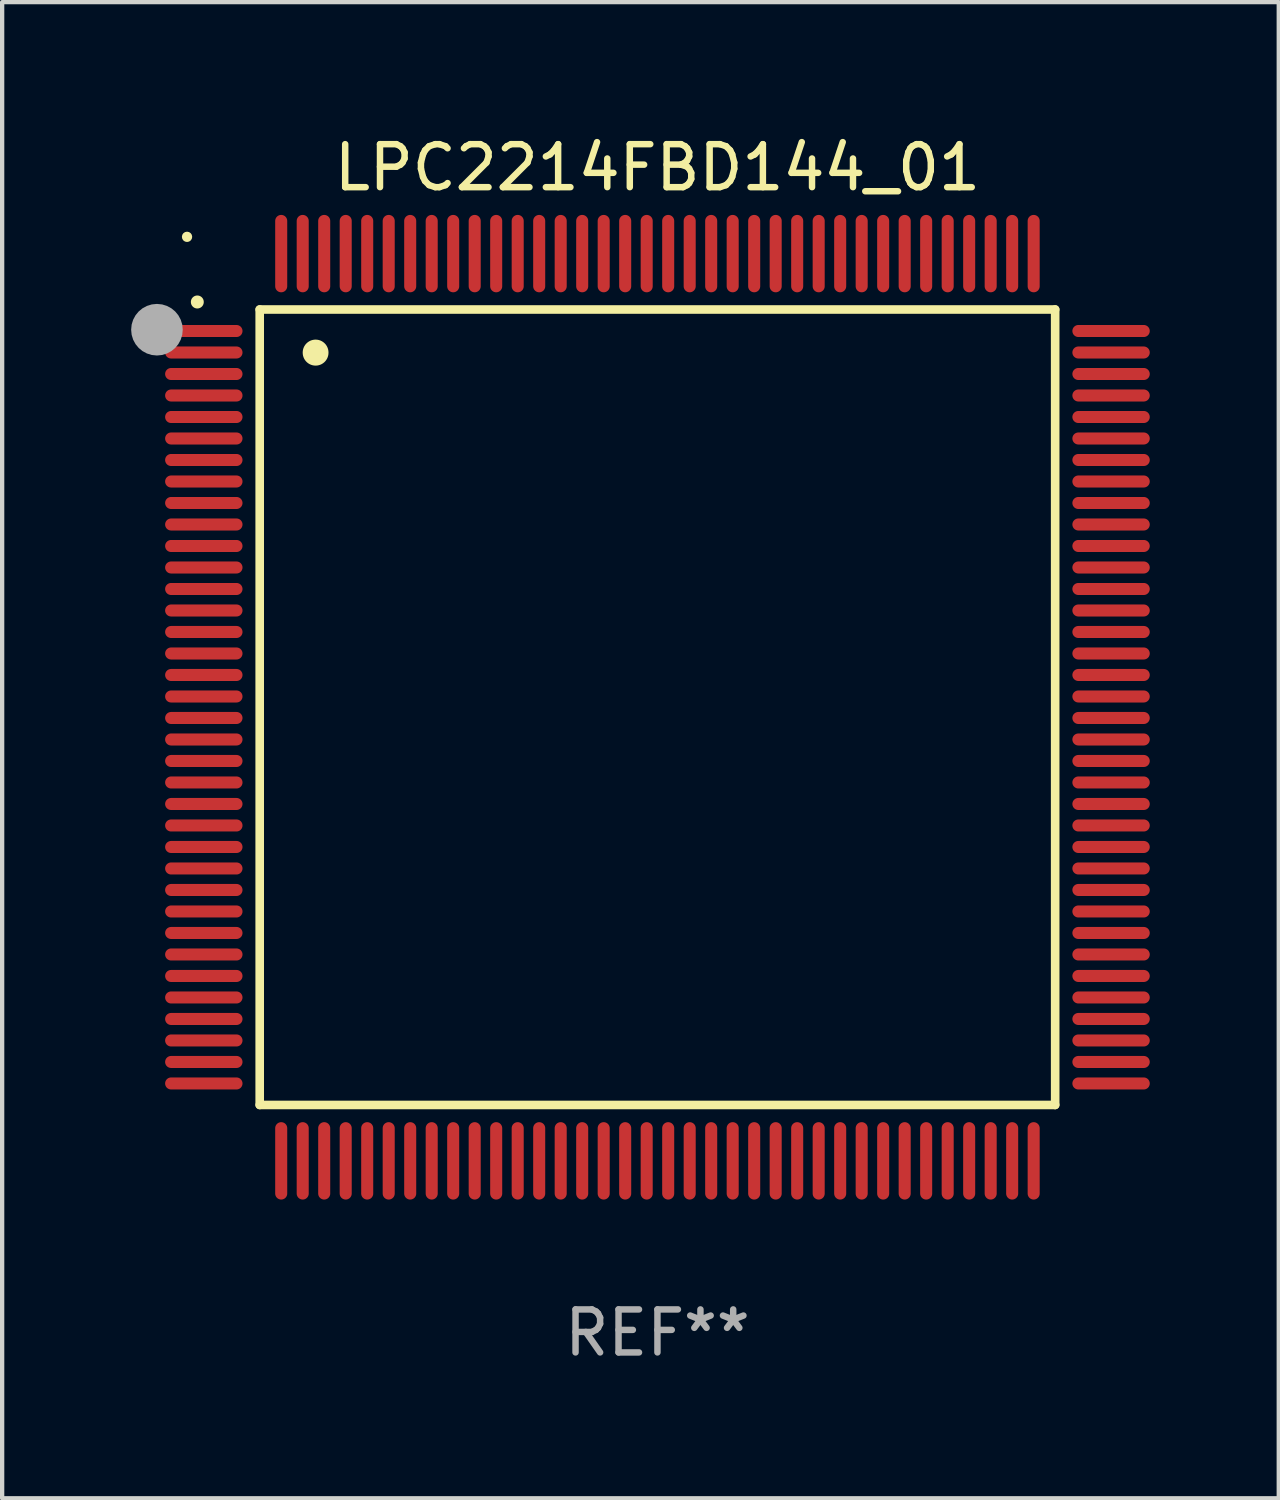
<source format=kicad_pcb>
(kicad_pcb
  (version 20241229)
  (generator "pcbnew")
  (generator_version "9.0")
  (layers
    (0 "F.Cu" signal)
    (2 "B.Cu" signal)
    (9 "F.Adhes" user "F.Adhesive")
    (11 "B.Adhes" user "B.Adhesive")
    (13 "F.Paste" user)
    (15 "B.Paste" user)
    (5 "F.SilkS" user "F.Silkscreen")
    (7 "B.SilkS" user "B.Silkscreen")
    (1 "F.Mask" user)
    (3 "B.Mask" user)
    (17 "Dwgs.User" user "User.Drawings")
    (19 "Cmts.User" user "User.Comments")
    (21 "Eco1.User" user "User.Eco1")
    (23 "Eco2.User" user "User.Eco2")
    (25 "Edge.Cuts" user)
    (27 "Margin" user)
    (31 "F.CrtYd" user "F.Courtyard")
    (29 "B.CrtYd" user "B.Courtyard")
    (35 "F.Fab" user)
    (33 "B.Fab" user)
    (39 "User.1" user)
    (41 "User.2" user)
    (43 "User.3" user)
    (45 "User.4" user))
  (footprint "LPC2214FBD144_01"
    (layer "F.Cu")
    (at 12.24 13.398)
    (property "Reference" "LPC2214FBD144_01" (at 0 -12.55 0) (layer "F.SilkS") (effects (font (size 1 1) (thickness 0.15))))
    (attr through_hole)
    (fp_line (start -9.25 -9.25) (end 9.25 -9.25) (stroke (width 0.2) (type solid)) (layer "F.SilkS"))
    (fp_line (start -9.25 9.25) (end -9.25 -9.25) (stroke (width 0.2) (type solid)) (layer "F.SilkS"))
    (fp_line (start 9.25 -9.25) (end 9.25 9.25) (stroke (width 0.2) (type solid)) (layer "F.SilkS"))
    (fp_line (start 9.25 9.25) (end -9.25 9.25) (stroke (width 0.2) (type solid)) (layer "F.SilkS"))
    (fp_arc (start -10.701041 -9.423419) (mid -10.701046 -9.424689) (end -10.701041 -9.425959) (stroke (width 0.3) (type solid)) (layer "F.SilkS"))
    (fp_arc (start -7.950216 -8.244856) (mid -7.950227 -8.247396) (end -7.950216 -8.249936) (stroke (width 0.6) (type solid)) (layer "F.SilkS"))
    (fp_circle (center -10.94 -10.94) (end -10.88 -10.94) (stroke (width 0.12) (type solid)) (fill no) (layer "F.SilkS"))
    (fp_circle (center -11.64 -8.78) (end -11.34 -8.78) (stroke (width 0.6) (type solid)) (fill no) (layer "F.Fab"))
    (fp_text user "REF**" (at 0 14.55 0) (layer "F.Fab") (effects (font (size 1 1) (thickness 0.15))))
    (pad "1" smd oval (at -10.55 -8.75 90) (size 0.28 1.8) (layers "F.Cu" "F.Mask" "F.Paste"))
    (pad "2" smd oval (at -10.55 -8.25 90) (size 0.28 1.8) (layers "F.Cu" "F.Mask" "F.Paste"))
    (pad "3" smd oval (at -10.55 -7.75 90) (size 0.28 1.8) (layers "F.Cu" "F.Mask" "F.Paste"))
    (pad "4" smd oval (at -10.55 -7.25 90) (size 0.28 1.8) (layers "F.Cu" "F.Mask" "F.Paste"))
    (pad "5" smd oval (at -10.55 -6.75 90) (size 0.28 1.8) (layers "F.Cu" "F.Mask" "F.Paste"))
    (pad "6" smd oval (at -10.55 -6.25 90) (size 0.28 1.8) (layers "F.Cu" "F.Mask" "F.Paste"))
    (pad "7" smd oval (at -10.55 -5.75 90) (size 0.28 1.8) (layers "F.Cu" "F.Mask" "F.Paste"))
    (pad "8" smd oval (at -10.55 -5.25 90) (size 0.28 1.8) (layers "F.Cu" "F.Mask" "F.Paste"))
    (pad "9" smd oval (at -10.55 -4.75 90) (size 0.28 1.8) (layers "F.Cu" "F.Mask" "F.Paste"))
    (pad "10" smd oval (at -10.55 -4.25 90) (size 0.28 1.8) (layers "F.Cu" "F.Mask" "F.Paste"))
    (pad "11" smd oval (at -10.55 -3.75 90) (size 0.28 1.8) (layers "F.Cu" "F.Mask" "F.Paste"))
    (pad "12" smd oval (at -10.55 -3.25 90) (size 0.28 1.8) (layers "F.Cu" "F.Mask" "F.Paste"))
    (pad "13" smd oval (at -10.55 -2.75 90) (size 0.28 1.8) (layers "F.Cu" "F.Mask" "F.Paste"))
    (pad "14" smd oval (at -10.55 -2.25 90) (size 0.28 1.8) (layers "F.Cu" "F.Mask" "F.Paste"))
    (pad "15" smd oval (at -10.55 -1.75 90) (size 0.28 1.8) (layers "F.Cu" "F.Mask" "F.Paste"))
    (pad "16" smd oval (at -10.55 -1.25 90) (size 0.28 1.8) (layers "F.Cu" "F.Mask" "F.Paste"))
    (pad "17" smd oval (at -10.55 -0.75 90) (size 0.28 1.8) (layers "F.Cu" "F.Mask" "F.Paste"))
    (pad "18" smd oval (at -10.55 -0.25 90) (size 0.28 1.8) (layers "F.Cu" "F.Mask" "F.Paste"))
    (pad "19" smd oval (at -10.55 0.25 90) (size 0.28 1.8) (layers "F.Cu" "F.Mask" "F.Paste"))
    (pad "20" smd oval (at -10.55 0.75 90) (size 0.28 1.8) (layers "F.Cu" "F.Mask" "F.Paste"))
    (pad "21" smd oval (at -10.55 1.25 90) (size 0.28 1.8) (layers "F.Cu" "F.Mask" "F.Paste"))
    (pad "22" smd oval (at -10.55 1.75 90) (size 0.28 1.8) (layers "F.Cu" "F.Mask" "F.Paste"))
    (pad "23" smd oval (at -10.55 2.25 90) (size 0.28 1.8) (layers "F.Cu" "F.Mask" "F.Paste"))
    (pad "24" smd oval (at -10.55 2.75 90) (size 0.28 1.8) (layers "F.Cu" "F.Mask" "F.Paste"))
    (pad "25" smd oval (at -10.55 3.25 90) (size 0.28 1.8) (layers "F.Cu" "F.Mask" "F.Paste"))
    (pad "26" smd oval (at -10.55 3.75 90) (size 0.28 1.8) (layers "F.Cu" "F.Mask" "F.Paste"))
    (pad "27" smd oval (at -10.55 4.25 90) (size 0.28 1.8) (layers "F.Cu" "F.Mask" "F.Paste"))
    (pad "28" smd oval (at -10.55 4.75 90) (size 0.28 1.8) (layers "F.Cu" "F.Mask" "F.Paste"))
    (pad "29" smd oval (at -10.55 5.25 90) (size 0.28 1.8) (layers "F.Cu" "F.Mask" "F.Paste"))
    (pad "30" smd oval (at -10.55 5.75 90) (size 0.28 1.8) (layers "F.Cu" "F.Mask" "F.Paste"))
    (pad "31" smd oval (at -10.55 6.25 90) (size 0.28 1.8) (layers "F.Cu" "F.Mask" "F.Paste"))
    (pad "32" smd oval (at -10.55 6.75 90) (size 0.28 1.8) (layers "F.Cu" "F.Mask" "F.Paste"))
    (pad "33" smd oval (at -10.55 7.25 90) (size 0.28 1.8) (layers "F.Cu" "F.Mask" "F.Paste"))
    (pad "34" smd oval (at -10.55 7.75 90) (size 0.28 1.8) (layers "F.Cu" "F.Mask" "F.Paste"))
    (pad "35" smd oval (at -10.55 8.25 90) (size 0.28 1.8) (layers "F.Cu" "F.Mask" "F.Paste"))
    (pad "36" smd oval (at -10.55 8.75 90) (size 0.28 1.8) (layers "F.Cu" "F.Mask" "F.Paste"))
    (pad "37" smd oval (at -8.75 10.55) (size 0.28 1.8) (layers "F.Cu" "F.Mask" "F.Paste"))
    (pad "38" smd oval (at -8.25 10.55) (size 0.28 1.8) (layers "F.Cu" "F.Mask" "F.Paste"))
    (pad "39" smd oval (at -7.75 10.55) (size 0.28 1.8) (layers "F.Cu" "F.Mask" "F.Paste"))
    (pad "40" smd oval (at -7.25 10.55) (size 0.28 1.8) (layers "F.Cu" "F.Mask" "F.Paste"))
    (pad "41" smd oval (at -6.75 10.55) (size 0.28 1.8) (layers "F.Cu" "F.Mask" "F.Paste"))
    (pad "42" smd oval (at -6.25 10.55) (size 0.28 1.8) (layers "F.Cu" "F.Mask" "F.Paste"))
    (pad "43" smd oval (at -5.75 10.55) (size 0.28 1.8) (layers "F.Cu" "F.Mask" "F.Paste"))
    (pad "44" smd oval (at -5.25 10.55) (size 0.28 1.8) (layers "F.Cu" "F.Mask" "F.Paste"))
    (pad "45" smd oval (at -4.75 10.55) (size 0.28 1.8) (layers "F.Cu" "F.Mask" "F.Paste"))
    (pad "46" smd oval (at -4.25 10.55) (size 0.28 1.8) (layers "F.Cu" "F.Mask" "F.Paste"))
    (pad "47" smd oval (at -3.75 10.55) (size 0.28 1.8) (layers "F.Cu" "F.Mask" "F.Paste"))
    (pad "48" smd oval (at -3.25 10.55) (size 0.28 1.8) (layers "F.Cu" "F.Mask" "F.Paste"))
    (pad "49" smd oval (at -2.75 10.55) (size 0.28 1.8) (layers "F.Cu" "F.Mask" "F.Paste"))
    (pad "50" smd oval (at -2.25 10.55) (size 0.28 1.8) (layers "F.Cu" "F.Mask" "F.Paste"))
    (pad "51" smd oval (at -1.75 10.55) (size 0.28 1.8) (layers "F.Cu" "F.Mask" "F.Paste"))
    (pad "52" smd oval (at -1.25 10.55) (size 0.28 1.8) (layers "F.Cu" "F.Mask" "F.Paste"))
    (pad "53" smd oval (at -0.75 10.55) (size 0.28 1.8) (layers "F.Cu" "F.Mask" "F.Paste"))
    (pad "54" smd oval (at -0.25 10.55) (size 0.28 1.8) (layers "F.Cu" "F.Mask" "F.Paste"))
    (pad "55" smd oval (at 0.25 10.55) (size 0.28 1.8) (layers "F.Cu" "F.Mask" "F.Paste"))
    (pad "56" smd oval (at 0.75 10.55) (size 0.28 1.8) (layers "F.Cu" "F.Mask" "F.Paste"))
    (pad "57" smd oval (at 1.25 10.55) (size 0.28 1.8) (layers "F.Cu" "F.Mask" "F.Paste"))
    (pad "58" smd oval (at 1.75 10.55) (size 0.28 1.8) (layers "F.Cu" "F.Mask" "F.Paste"))
    (pad "59" smd oval (at 2.25 10.55) (size 0.28 1.8) (layers "F.Cu" "F.Mask" "F.Paste"))
    (pad "60" smd oval (at 2.75 10.55) (size 0.28 1.8) (layers "F.Cu" "F.Mask" "F.Paste"))
    (pad "61" smd oval (at 3.25 10.55) (size 0.28 1.8) (layers "F.Cu" "F.Mask" "F.Paste"))
    (pad "62" smd oval (at 3.75 10.55) (size 0.28 1.8) (layers "F.Cu" "F.Mask" "F.Paste"))
    (pad "63" smd oval (at 4.25 10.55) (size 0.28 1.8) (layers "F.Cu" "F.Mask" "F.Paste"))
    (pad "64" smd oval (at 4.75 10.55) (size 0.28 1.8) (layers "F.Cu" "F.Mask" "F.Paste"))
    (pad "65" smd oval (at 5.25 10.55) (size 0.28 1.8) (layers "F.Cu" "F.Mask" "F.Paste"))
    (pad "66" smd oval (at 5.75 10.55) (size 0.28 1.8) (layers "F.Cu" "F.Mask" "F.Paste"))
    (pad "67" smd oval (at 6.25 10.55) (size 0.28 1.8) (layers "F.Cu" "F.Mask" "F.Paste"))
    (pad "68" smd oval (at 6.75 10.55) (size 0.28 1.8) (layers "F.Cu" "F.Mask" "F.Paste"))
    (pad "69" smd oval (at 7.25 10.55) (size 0.28 1.8) (layers "F.Cu" "F.Mask" "F.Paste"))
    (pad "70" smd oval (at 7.75 10.55) (size 0.28 1.8) (layers "F.Cu" "F.Mask" "F.Paste"))
    (pad "71" smd oval (at 8.25 10.55) (size 0.28 1.8) (layers "F.Cu" "F.Mask" "F.Paste"))
    (pad "72" smd oval (at 8.75 10.55) (size 0.28 1.8) (layers "F.Cu" "F.Mask" "F.Paste"))
    (pad "73" smd oval (at 10.55 8.75 90) (size 0.28 1.8) (layers "F.Cu" "F.Mask" "F.Paste"))
    (pad "74" smd oval (at 10.55 8.25 90) (size 0.28 1.8) (layers "F.Cu" "F.Mask" "F.Paste"))
    (pad "75" smd oval (at 10.55 7.75 90) (size 0.28 1.8) (layers "F.Cu" "F.Mask" "F.Paste"))
    (pad "76" smd oval (at 10.55 7.25 90) (size 0.28 1.8) (layers "F.Cu" "F.Mask" "F.Paste"))
    (pad "77" smd oval (at 10.55 6.75 90) (size 0.28 1.8) (layers "F.Cu" "F.Mask" "F.Paste"))
    (pad "78" smd oval (at 10.55 6.25 90) (size 0.28 1.8) (layers "F.Cu" "F.Mask" "F.Paste"))
    (pad "79" smd oval (at 10.55 5.75 90) (size 0.28 1.8) (layers "F.Cu" "F.Mask" "F.Paste"))
    (pad "80" smd oval (at 10.55 5.25 90) (size 0.28 1.8) (layers "F.Cu" "F.Mask" "F.Paste"))
    (pad "81" smd oval (at 10.55 4.75 90) (size 0.28 1.8) (layers "F.Cu" "F.Mask" "F.Paste"))
    (pad "82" smd oval (at 10.55 4.25 90) (size 0.28 1.8) (layers "F.Cu" "F.Mask" "F.Paste"))
    (pad "83" smd oval (at 10.55 3.75 90) (size 0.28 1.8) (layers "F.Cu" "F.Mask" "F.Paste"))
    (pad "84" smd oval (at 10.55 3.25 90) (size 0.28 1.8) (layers "F.Cu" "F.Mask" "F.Paste"))
    (pad "85" smd oval (at 10.55 2.75 90) (size 0.28 1.8) (layers "F.Cu" "F.Mask" "F.Paste"))
    (pad "86" smd oval (at 10.55 2.25 90) (size 0.28 1.8) (layers "F.Cu" "F.Mask" "F.Paste"))
    (pad "87" smd oval (at 10.55 1.75 90) (size 0.28 1.8) (layers "F.Cu" "F.Mask" "F.Paste"))
    (pad "88" smd oval (at 10.55 1.25 90) (size 0.28 1.8) (layers "F.Cu" "F.Mask" "F.Paste"))
    (pad "89" smd oval (at 10.55 0.75 90) (size 0.28 1.8) (layers "F.Cu" "F.Mask" "F.Paste"))
    (pad "90" smd oval (at 10.55 0.25 90) (size 0.28 1.8) (layers "F.Cu" "F.Mask" "F.Paste"))
    (pad "91" smd oval (at 10.55 -0.25 90) (size 0.28 1.8) (layers "F.Cu" "F.Mask" "F.Paste"))
    (pad "92" smd oval (at 10.55 -0.75 90) (size 0.28 1.8) (layers "F.Cu" "F.Mask" "F.Paste"))
    (pad "93" smd oval (at 10.55 -1.25 90) (size 0.28 1.8) (layers "F.Cu" "F.Mask" "F.Paste"))
    (pad "94" smd oval (at 10.55 -1.75 90) (size 0.28 1.8) (layers "F.Cu" "F.Mask" "F.Paste"))
    (pad "95" smd oval (at 10.55 -2.25 90) (size 0.28 1.8) (layers "F.Cu" "F.Mask" "F.Paste"))
    (pad "96" smd oval (at 10.55 -2.75 90) (size 0.28 1.8) (layers "F.Cu" "F.Mask" "F.Paste"))
    (pad "97" smd oval (at 10.55 -3.25 90) (size 0.28 1.8) (layers "F.Cu" "F.Mask" "F.Paste"))
    (pad "98" smd oval (at 10.55 -3.75 90) (size 0.28 1.8) (layers "F.Cu" "F.Mask" "F.Paste"))
    (pad "99" smd oval (at 10.55 -4.25 90) (size 0.28 1.8) (layers "F.Cu" "F.Mask" "F.Paste"))
    (pad "100" smd oval (at 10.55 -4.75 90) (size 0.28 1.8) (layers "F.Cu" "F.Mask" "F.Paste"))
    (pad "101" smd oval (at 10.55 -5.25 90) (size 0.28 1.8) (layers "F.Cu" "F.Mask" "F.Paste"))
    (pad "102" smd oval (at 10.55 -5.75 90) (size 0.28 1.8) (layers "F.Cu" "F.Mask" "F.Paste"))
    (pad "103" smd oval (at 10.55 -6.25 90) (size 0.28 1.8) (layers "F.Cu" "F.Mask" "F.Paste"))
    (pad "104" smd oval (at 10.55 -6.75 90) (size 0.28 1.8) (layers "F.Cu" "F.Mask" "F.Paste"))
    (pad "105" smd oval (at 10.55 -7.25 90) (size 0.28 1.8) (layers "F.Cu" "F.Mask" "F.Paste"))
    (pad "106" smd oval (at 10.55 -7.75 90) (size 0.28 1.8) (layers "F.Cu" "F.Mask" "F.Paste"))
    (pad "107" smd oval (at 10.55 -8.25 90) (size 0.28 1.8) (layers "F.Cu" "F.Mask" "F.Paste"))
    (pad "108" smd oval (at 10.55 -8.75 90) (size 0.28 1.8) (layers "F.Cu" "F.Mask" "F.Paste"))
    (pad "109" smd oval (at 8.75 -10.55) (size 0.28 1.8) (layers "F.Cu" "F.Mask" "F.Paste"))
    (pad "110" smd oval (at 8.25 -10.55) (size 0.28 1.8) (layers "F.Cu" "F.Mask" "F.Paste"))
    (pad "111" smd oval (at 7.75 -10.55) (size 0.28 1.8) (layers "F.Cu" "F.Mask" "F.Paste"))
    (pad "112" smd oval (at 7.25 -10.55) (size 0.28 1.8) (layers "F.Cu" "F.Mask" "F.Paste"))
    (pad "113" smd oval (at 6.75 -10.55) (size 0.28 1.8) (layers "F.Cu" "F.Mask" "F.Paste"))
    (pad "114" smd oval (at 6.25 -10.55) (size 0.28 1.8) (layers "F.Cu" "F.Mask" "F.Paste"))
    (pad "115" smd oval (at 5.75 -10.55) (size 0.28 1.8) (layers "F.Cu" "F.Mask" "F.Paste"))
    (pad "116" smd oval (at 5.25 -10.55) (size 0.28 1.8) (layers "F.Cu" "F.Mask" "F.Paste"))
    (pad "117" smd oval (at 4.75 -10.55) (size 0.28 1.8) (layers "F.Cu" "F.Mask" "F.Paste"))
    (pad "118" smd oval (at 4.25 -10.55) (size 0.28 1.8) (layers "F.Cu" "F.Mask" "F.Paste"))
    (pad "119" smd oval (at 3.75 -10.55) (size 0.28 1.8) (layers "F.Cu" "F.Mask" "F.Paste"))
    (pad "120" smd oval (at 3.25 -10.55) (size 0.28 1.8) (layers "F.Cu" "F.Mask" "F.Paste"))
    (pad "121" smd oval (at 2.75 -10.55) (size 0.28 1.8) (layers "F.Cu" "F.Mask" "F.Paste"))
    (pad "122" smd oval (at 2.25 -10.55) (size 0.28 1.8) (layers "F.Cu" "F.Mask" "F.Paste"))
    (pad "123" smd oval (at 1.75 -10.55) (size 0.28 1.8) (layers "F.Cu" "F.Mask" "F.Paste"))
    (pad "124" smd oval (at 1.25 -10.55) (size 0.28 1.8) (layers "F.Cu" "F.Mask" "F.Paste"))
    (pad "125" smd oval (at 0.75 -10.55) (size 0.28 1.8) (layers "F.Cu" "F.Mask" "F.Paste"))
    (pad "126" smd oval (at 0.25 -10.55) (size 0.28 1.8) (layers "F.Cu" "F.Mask" "F.Paste"))
    (pad "127" smd oval (at -0.25 -10.55) (size 0.28 1.8) (layers "F.Cu" "F.Mask" "F.Paste"))
    (pad "128" smd oval (at -0.75 -10.55) (size 0.28 1.8) (layers "F.Cu" "F.Mask" "F.Paste"))
    (pad "129" smd oval (at -1.25 -10.55) (size 0.28 1.8) (layers "F.Cu" "F.Mask" "F.Paste"))
    (pad "130" smd oval (at -1.75 -10.55) (size 0.28 1.8) (layers "F.Cu" "F.Mask" "F.Paste"))
    (pad "131" smd oval (at -2.25 -10.55) (size 0.28 1.8) (layers "F.Cu" "F.Mask" "F.Paste"))
    (pad "132" smd oval (at -2.75 -10.55) (size 0.28 1.8) (layers "F.Cu" "F.Mask" "F.Paste"))
    (pad "133" smd oval (at -3.25 -10.55) (size 0.28 1.8) (layers "F.Cu" "F.Mask" "F.Paste"))
    (pad "134" smd oval (at -3.75 -10.55) (size 0.28 1.8) (layers "F.Cu" "F.Mask" "F.Paste"))
    (pad "135" smd oval (at -4.25 -10.55) (size 0.28 1.8) (layers "F.Cu" "F.Mask" "F.Paste"))
    (pad "136" smd oval (at -4.75 -10.55) (size 0.28 1.8) (layers "F.Cu" "F.Mask" "F.Paste"))
    (pad "137" smd oval (at -5.25 -10.55) (size 0.28 1.8) (layers "F.Cu" "F.Mask" "F.Paste"))
    (pad "138" smd oval (at -5.75 -10.55) (size 0.28 1.8) (layers "F.Cu" "F.Mask" "F.Paste"))
    (pad "139" smd oval (at -6.25 -10.55) (size 0.28 1.8) (layers "F.Cu" "F.Mask" "F.Paste"))
    (pad "140" smd oval (at -6.75 -10.55) (size 0.28 1.8) (layers "F.Cu" "F.Mask" "F.Paste"))
    (pad "141" smd oval (at -7.25 -10.55) (size 0.28 1.8) (layers "F.Cu" "F.Mask" "F.Paste"))
    (pad "142" smd oval (at -7.75 -10.55) (size 0.28 1.8) (layers "F.Cu" "F.Mask" "F.Paste"))
    (pad "143" smd oval (at -8.25 -10.55) (size 0.28 1.8) (layers "F.Cu" "F.Mask" "F.Paste"))
    (pad "144" smd oval (at -8.75 -10.55) (size 0.28 1.8) (layers "F.Cu" "F.Mask" "F.Paste")))
  (gr_rect
    (start -3 -3)
    (end 26.69 31.796)
    (stroke (width 0.1) (type default))
    (fill no)
    (layer "Edge.Cuts")))
</source>
